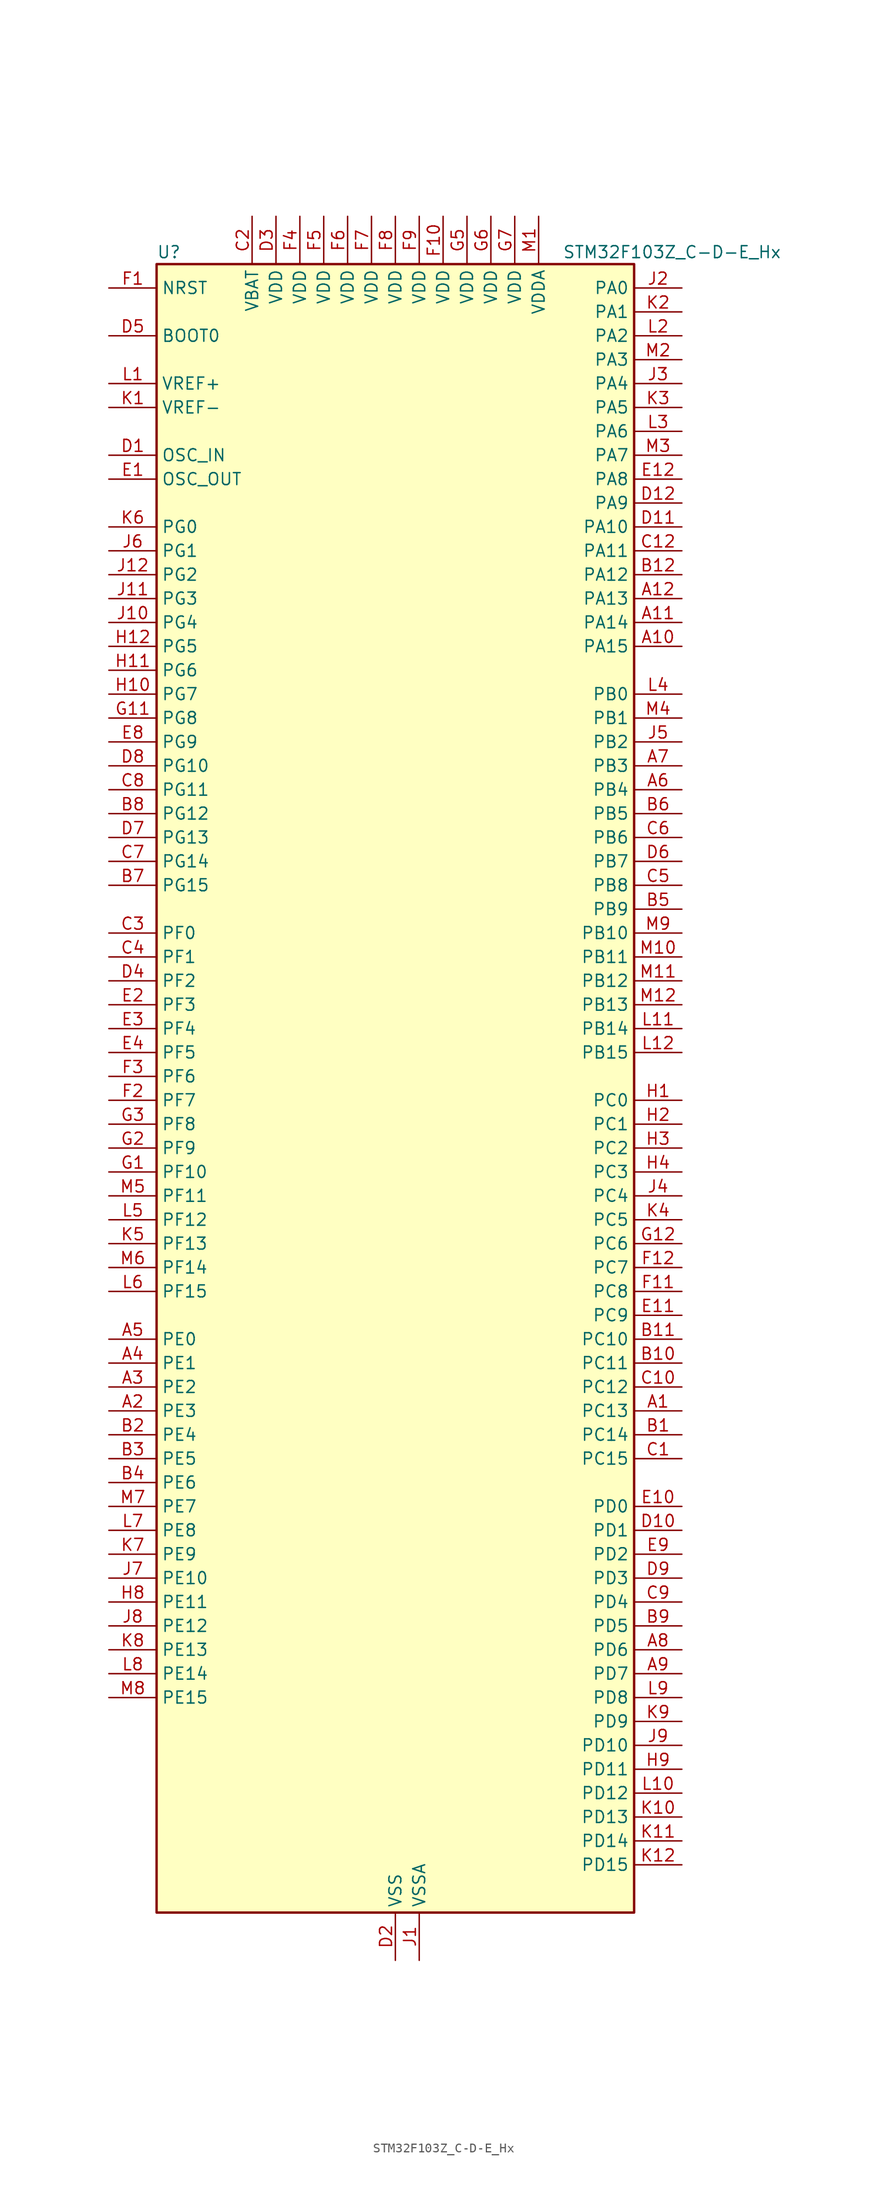
<source format=kicad_sym>
(kicad_symbol_lib
  (version 20220914)
  (generator kicad_symbol_editor)
  (symbol "STM32F103Z_C-D-E_Hx"
    (property "Reference" "U"
      (at -25.4 90.17 0)
      (effects (font (size 1.27 1.27)) (justify left)))
    (property "Value" "STM32F103Z_C-D-E_Hx"
      (at 17.78 90.17 0)
      (effects (font (size 1.27 1.27)) (justify left)))
    (property "ki_locked" ""
      (at 0 0 0)
      (effects (font (size 1.27 1.27))))
    (symbol "STM32F103Z_C-D-E_Hx_0_1"
      (rectangle (start -25.4 -86.36) (end 25.4 88.9) (stroke (width 0.254) (type default)) (fill (type background))))
    (symbol "STM32F103Z_C-D-E_Hx_1_1"
      (pin bidirectional line (at 30.48 -33.02 180) (length 5.08) (name "PC13" (effects (font (size 1.27 1.27)))) (number "A1" (effects (font (size 1.27 1.27)))) (alternate "RTC_OUT" bidirectional line) (alternate "RTC_TAMPER" bidirectional line))
      (pin bidirectional line (at 30.48 48.26 180) (length 5.08) (name "PA15" (effects (font (size 1.27 1.27)))) (number "A10" (effects (font (size 1.27 1.27)))) (alternate "ADC1_EXTI15" bidirectional line) (alternate "ADC2_EXTI15" bidirectional line) (alternate "I2S3_WS" bidirectional line) (alternate "SPI1_NSS" bidirectional line) (alternate "SPI3_NSS" bidirectional line) (alternate "SYS_JTDI" bidirectional line) (alternate "TIM2_CH1" bidirectional line) (alternate "TIM2_ETR" bidirectional line))
      (pin bidirectional line (at 30.48 50.8 180) (length 5.08) (name "PA14" (effects (font (size 1.27 1.27)))) (number "A11" (effects (font (size 1.27 1.27)))) (alternate "SYS_JTCK-SWCLK" bidirectional line))
      (pin bidirectional line (at 30.48 53.34 180) (length 5.08) (name "PA13" (effects (font (size 1.27 1.27)))) (number "A12" (effects (font (size 1.27 1.27)))) (alternate "SYS_JTMS-SWDIO" bidirectional line))
      (pin bidirectional line (at -30.48 -33.02 0) (length 5.08) (name "PE3" (effects (font (size 1.27 1.27)))) (number "A2" (effects (font (size 1.27 1.27)))) (alternate "FSMC_A19" bidirectional line) (alternate "SYS_TRACED0" bidirectional line))
      (pin bidirectional line (at -30.48 -30.48 0) (length 5.08) (name "PE2" (effects (font (size 1.27 1.27)))) (number "A3" (effects (font (size 1.27 1.27)))) (alternate "FSMC_A23" bidirectional line) (alternate "SYS_TRACECLK" bidirectional line))
      (pin bidirectional line (at -30.48 -27.94 0) (length 5.08) (name "PE1" (effects (font (size 1.27 1.27)))) (number "A4" (effects (font (size 1.27 1.27)))) (alternate "FSMC_NBL1" bidirectional line))
      (pin bidirectional line (at -30.48 -25.4 0) (length 5.08) (name "PE0" (effects (font (size 1.27 1.27)))) (number "A5" (effects (font (size 1.27 1.27)))) (alternate "FSMC_NBL0" bidirectional line) (alternate "TIM4_ETR" bidirectional line))
      (pin bidirectional line (at 30.48 33.02 180) (length 5.08) (name "PB4" (effects (font (size 1.27 1.27)))) (number "A6" (effects (font (size 1.27 1.27)))) (alternate "SPI1_MISO" bidirectional line) (alternate "SPI3_MISO" bidirectional line) (alternate "SYS_NJTRST" bidirectional line) (alternate "TIM3_CH1" bidirectional line))
      (pin bidirectional line (at 30.48 35.56 180) (length 5.08) (name "PB3" (effects (font (size 1.27 1.27)))) (number "A7" (effects (font (size 1.27 1.27)))) (alternate "I2S3_CK" bidirectional line) (alternate "SPI1_SCK" bidirectional line) (alternate "SPI3_SCK" bidirectional line) (alternate "SYS_JTDO-TRACESWO" bidirectional line) (alternate "TIM2_CH2" bidirectional line))
      (pin bidirectional line (at 30.48 -58.42 180) (length 5.08) (name "PD6" (effects (font (size 1.27 1.27)))) (number "A8" (effects (font (size 1.27 1.27)))) (alternate "FSMC_NWAIT" bidirectional line) (alternate "USART2_RX" bidirectional line))
      (pin bidirectional line (at 30.48 -60.96 180) (length 5.08) (name "PD7" (effects (font (size 1.27 1.27)))) (number "A9" (effects (font (size 1.27 1.27)))) (alternate "FSMC_NCE2" bidirectional line) (alternate "FSMC_NE1" bidirectional line) (alternate "USART2_CK" bidirectional line))
      (pin bidirectional line (at 30.48 -35.56 180) (length 5.08) (name "PC14" (effects (font (size 1.27 1.27)))) (number "B1" (effects (font (size 1.27 1.27)))) (alternate "RCC_OSC32_IN" bidirectional line))
      (pin bidirectional line (at 30.48 -27.94 180) (length 5.08) (name "PC11" (effects (font (size 1.27 1.27)))) (number "B10" (effects (font (size 1.27 1.27)))) (alternate "ADC1_EXTI11" bidirectional line) (alternate "ADC2_EXTI11" bidirectional line) (alternate "SDIO_D3" bidirectional line) (alternate "UART4_RX" bidirectional line) (alternate "USART3_RX" bidirectional line))
      (pin bidirectional line (at 30.48 -25.4 180) (length 5.08) (name "PC10" (effects (font (size 1.27 1.27)))) (number "B11" (effects (font (size 1.27 1.27)))) (alternate "SDIO_D2" bidirectional line) (alternate "UART4_TX" bidirectional line) (alternate "USART3_TX" bidirectional line))
      (pin bidirectional line (at 30.48 55.88 180) (length 5.08) (name "PA12" (effects (font (size 1.27 1.27)))) (number "B12" (effects (font (size 1.27 1.27)))) (alternate "CAN_TX" bidirectional line) (alternate "TIM1_ETR" bidirectional line) (alternate "USART1_RTS" bidirectional line) (alternate "USB_DP" bidirectional line))
      (pin bidirectional line (at -30.48 -35.56 0) (length 5.08) (name "PE4" (effects (font (size 1.27 1.27)))) (number "B2" (effects (font (size 1.27 1.27)))) (alternate "FSMC_A20" bidirectional line) (alternate "SYS_TRACED1" bidirectional line))
      (pin bidirectional line (at -30.48 -38.1 0) (length 5.08) (name "PE5" (effects (font (size 1.27 1.27)))) (number "B3" (effects (font (size 1.27 1.27)))) (alternate "FSMC_A21" bidirectional line) (alternate "SYS_TRACED2" bidirectional line))
      (pin bidirectional line (at -30.48 -40.64 0) (length 5.08) (name "PE6" (effects (font (size 1.27 1.27)))) (number "B4" (effects (font (size 1.27 1.27)))) (alternate "FSMC_A22" bidirectional line) (alternate "SYS_TRACED3" bidirectional line))
      (pin bidirectional line (at 30.48 20.32 180) (length 5.08) (name "PB9" (effects (font (size 1.27 1.27)))) (number "B5" (effects (font (size 1.27 1.27)))) (alternate "CAN_TX" bidirectional line) (alternate "DAC_EXTI9" bidirectional line) (alternate "I2C1_SDA" bidirectional line) (alternate "SDIO_D5" bidirectional line) (alternate "TIM4_CH4" bidirectional line))
      (pin bidirectional line (at 30.48 30.48 180) (length 5.08) (name "PB5" (effects (font (size 1.27 1.27)))) (number "B6" (effects (font (size 1.27 1.27)))) (alternate "I2C1_SMBA" bidirectional line) (alternate "I2S3_SD" bidirectional line) (alternate "SPI1_MOSI" bidirectional line) (alternate "SPI3_MOSI" bidirectional line) (alternate "TIM3_CH2" bidirectional line))
      (pin bidirectional line (at -30.48 22.86 0) (length 5.08) (name "PG15" (effects (font (size 1.27 1.27)))) (number "B7" (effects (font (size 1.27 1.27)))) (alternate "ADC1_EXTI15" bidirectional line) (alternate "ADC2_EXTI15" bidirectional line))
      (pin bidirectional line (at -30.48 30.48 0) (length 5.08) (name "PG12" (effects (font (size 1.27 1.27)))) (number "B8" (effects (font (size 1.27 1.27)))) (alternate "FSMC_NE4" bidirectional line))
      (pin bidirectional line (at 30.48 -55.88 180) (length 5.08) (name "PD5" (effects (font (size 1.27 1.27)))) (number "B9" (effects (font (size 1.27 1.27)))) (alternate "FSMC_NWE" bidirectional line) (alternate "USART2_TX" bidirectional line))
      (pin bidirectional line (at 30.48 -38.1 180) (length 5.08) (name "PC15" (effects (font (size 1.27 1.27)))) (number "C1" (effects (font (size 1.27 1.27)))) (alternate "ADC1_EXTI15" bidirectional line) (alternate "ADC2_EXTI15" bidirectional line) (alternate "RCC_OSC32_OUT" bidirectional line))
      (pin bidirectional line (at 30.48 -30.48 180) (length 5.08) (name "PC12" (effects (font (size 1.27 1.27)))) (number "C10" (effects (font (size 1.27 1.27)))) (alternate "SDIO_CK" bidirectional line) (alternate "UART5_TX" bidirectional line) (alternate "USART3_CK" bidirectional line))
      (pin no_connect line (at -25.4 -86.36 0) (length 5.08) hide (name "NC" (effects (font (size 1.27 1.27)))) (number "C11" (effects (font (size 1.27 1.27)))))
      (pin bidirectional line (at 30.48 58.42 180) (length 5.08) (name "PA11" (effects (font (size 1.27 1.27)))) (number "C12" (effects (font (size 1.27 1.27)))) (alternate "ADC1_EXTI11" bidirectional line) (alternate "ADC2_EXTI11" bidirectional line) (alternate "CAN_RX" bidirectional line) (alternate "TIM1_CH4" bidirectional line) (alternate "USART1_CTS" bidirectional line) (alternate "USB_DM" bidirectional line))
      (pin power_in line (at -15.24 93.98 270) (length 5.08) (name "VBAT" (effects (font (size 1.27 1.27)))) (number "C2" (effects (font (size 1.27 1.27)))))
      (pin bidirectional line (at -30.48 17.78 0) (length 5.08) (name "PF0" (effects (font (size 1.27 1.27)))) (number "C3" (effects (font (size 1.27 1.27)))) (alternate "FSMC_A0" bidirectional line))
      (pin bidirectional line (at -30.48 15.24 0) (length 5.08) (name "PF1" (effects (font (size 1.27 1.27)))) (number "C4" (effects (font (size 1.27 1.27)))) (alternate "FSMC_A1" bidirectional line))
      (pin bidirectional line (at 30.48 22.86 180) (length 5.08) (name "PB8" (effects (font (size 1.27 1.27)))) (number "C5" (effects (font (size 1.27 1.27)))) (alternate "CAN_RX" bidirectional line) (alternate "I2C1_SCL" bidirectional line) (alternate "SDIO_D4" bidirectional line) (alternate "TIM4_CH3" bidirectional line))
      (pin bidirectional line (at 30.48 27.94 180) (length 5.08) (name "PB6" (effects (font (size 1.27 1.27)))) (number "C6" (effects (font (size 1.27 1.27)))) (alternate "I2C1_SCL" bidirectional line) (alternate "TIM4_CH1" bidirectional line) (alternate "USART1_TX" bidirectional line))
      (pin bidirectional line (at -30.48 25.4 0) (length 5.08) (name "PG14" (effects (font (size 1.27 1.27)))) (number "C7" (effects (font (size 1.27 1.27)))) (alternate "FSMC_A25" bidirectional line))
      (pin bidirectional line (at -30.48 33.02 0) (length 5.08) (name "PG11" (effects (font (size 1.27 1.27)))) (number "C8" (effects (font (size 1.27 1.27)))) (alternate "ADC1_EXTI11" bidirectional line) (alternate "ADC2_EXTI11" bidirectional line) (alternate "FSMC_NCE4_2" bidirectional line))
      (pin bidirectional line (at 30.48 -53.34 180) (length 5.08) (name "PD4" (effects (font (size 1.27 1.27)))) (number "C9" (effects (font (size 1.27 1.27)))) (alternate "FSMC_NOE" bidirectional line) (alternate "USART2_RTS" bidirectional line))
      (pin input line (at -30.48 68.58 0) (length 5.08) (name "OSC_IN" (effects (font (size 1.27 1.27)))) (number "D1" (effects (font (size 1.27 1.27)))) (alternate "RCC_OSC_IN" bidirectional line))
      (pin bidirectional line (at 30.48 -45.72 180) (length 5.08) (name "PD1" (effects (font (size 1.27 1.27)))) (number "D10" (effects (font (size 1.27 1.27)))) (alternate "CAN_TX" bidirectional line) (alternate "FSMC_D3" bidirectional line) (alternate "FSMC_DA3" bidirectional line))
      (pin bidirectional line (at 30.48 60.96 180) (length 5.08) (name "PA10" (effects (font (size 1.27 1.27)))) (number "D11" (effects (font (size 1.27 1.27)))) (alternate "TIM1_CH3" bidirectional line) (alternate "USART1_RX" bidirectional line))
      (pin bidirectional line (at 30.48 63.5 180) (length 5.08) (name "PA9" (effects (font (size 1.27 1.27)))) (number "D12" (effects (font (size 1.27 1.27)))) (alternate "DAC_EXTI9" bidirectional line) (alternate "TIM1_CH2" bidirectional line) (alternate "USART1_TX" bidirectional line))
      (pin power_in line (at 0 -91.44 90) (length 5.08) (name "VSS" (effects (font (size 1.27 1.27)))) (number "D2" (effects (font (size 1.27 1.27)))))
      (pin power_in line (at -12.7 93.98 270) (length 5.08) (name "VDD" (effects (font (size 1.27 1.27)))) (number "D3" (effects (font (size 1.27 1.27)))))
      (pin bidirectional line (at -30.48 12.7 0) (length 5.08) (name "PF2" (effects (font (size 1.27 1.27)))) (number "D4" (effects (font (size 1.27 1.27)))) (alternate "FSMC_A2" bidirectional line))
      (pin input line (at -30.48 81.28 0) (length 5.08) (name "BOOT0" (effects (font (size 1.27 1.27)))) (number "D5" (effects (font (size 1.27 1.27)))))
      (pin bidirectional line (at 30.48 25.4 180) (length 5.08) (name "PB7" (effects (font (size 1.27 1.27)))) (number "D6" (effects (font (size 1.27 1.27)))) (alternate "FSMC_NL" bidirectional line) (alternate "I2C1_SDA" bidirectional line) (alternate "TIM4_CH2" bidirectional line) (alternate "USART1_RX" bidirectional line))
      (pin bidirectional line (at -30.48 27.94 0) (length 5.08) (name "PG13" (effects (font (size 1.27 1.27)))) (number "D7" (effects (font (size 1.27 1.27)))) (alternate "FSMC_A24" bidirectional line))
      (pin bidirectional line (at -30.48 35.56 0) (length 5.08) (name "PG10" (effects (font (size 1.27 1.27)))) (number "D8" (effects (font (size 1.27 1.27)))) (alternate "FSMC_NCE4_1" bidirectional line) (alternate "FSMC_NE3" bidirectional line))
      (pin bidirectional line (at 30.48 -50.8 180) (length 5.08) (name "PD3" (effects (font (size 1.27 1.27)))) (number "D9" (effects (font (size 1.27 1.27)))) (alternate "FSMC_CLK" bidirectional line) (alternate "USART2_CTS" bidirectional line))
      (pin input line (at -30.48 66.04 0) (length 5.08) (name "OSC_OUT" (effects (font (size 1.27 1.27)))) (number "E1" (effects (font (size 1.27 1.27)))) (alternate "RCC_OSC_OUT" bidirectional line))
      (pin bidirectional line (at 30.48 -43.18 180) (length 5.08) (name "PD0" (effects (font (size 1.27 1.27)))) (number "E10" (effects (font (size 1.27 1.27)))) (alternate "CAN_RX" bidirectional line) (alternate "FSMC_D2" bidirectional line) (alternate "FSMC_DA2" bidirectional line))
      (pin bidirectional line (at 30.48 -22.86 180) (length 5.08) (name "PC9" (effects (font (size 1.27 1.27)))) (number "E11" (effects (font (size 1.27 1.27)))) (alternate "DAC_EXTI9" bidirectional line) (alternate "SDIO_D1" bidirectional line) (alternate "TIM3_CH4" bidirectional line) (alternate "TIM8_CH4" bidirectional line))
      (pin bidirectional line (at 30.48 66.04 180) (length 5.08) (name "PA8" (effects (font (size 1.27 1.27)))) (number "E12" (effects (font (size 1.27 1.27)))) (alternate "RCC_MCO" bidirectional line) (alternate "TIM1_CH1" bidirectional line) (alternate "USART1_CK" bidirectional line))
      (pin bidirectional line (at -30.48 10.16 0) (length 5.08) (name "PF3" (effects (font (size 1.27 1.27)))) (number "E2" (effects (font (size 1.27 1.27)))) (alternate "FSMC_A3" bidirectional line))
      (pin bidirectional line (at -30.48 7.62 0) (length 5.08) (name "PF4" (effects (font (size 1.27 1.27)))) (number "E3" (effects (font (size 1.27 1.27)))) (alternate "FSMC_A4" bidirectional line))
      (pin bidirectional line (at -30.48 5.08 0) (length 5.08) (name "PF5" (effects (font (size 1.27 1.27)))) (number "E4" (effects (font (size 1.27 1.27)))) (alternate "FSMC_A5" bidirectional line))
      (pin passive line (at 0 -91.44 90) (length 5.08) hide (name "VSS" (effects (font (size 1.27 1.27)))) (number "E5" (effects (font (size 1.27 1.27)))))
      (pin passive line (at 0 -91.44 90) (length 5.08) hide (name "VSS" (effects (font (size 1.27 1.27)))) (number "E6" (effects (font (size 1.27 1.27)))))
      (pin passive line (at 0 -91.44 90) (length 5.08) hide (name "VSS" (effects (font (size 1.27 1.27)))) (number "E7" (effects (font (size 1.27 1.27)))))
      (pin bidirectional line (at -30.48 38.1 0) (length 5.08) (name "PG9" (effects (font (size 1.27 1.27)))) (number "E8" (effects (font (size 1.27 1.27)))) (alternate "DAC_EXTI9" bidirectional line) (alternate "FSMC_NCE3" bidirectional line) (alternate "FSMC_NE2" bidirectional line))
      (pin bidirectional line (at 30.48 -48.26 180) (length 5.08) (name "PD2" (effects (font (size 1.27 1.27)))) (number "E9" (effects (font (size 1.27 1.27)))) (alternate "SDIO_CMD" bidirectional line) (alternate "TIM3_ETR" bidirectional line) (alternate "UART5_RX" bidirectional line))
      (pin input line (at -30.48 86.36 0) (length 5.08) (name "NRST" (effects (font (size 1.27 1.27)))) (number "F1" (effects (font (size 1.27 1.27)))))
      (pin power_in line (at 5.08 93.98 270) (length 5.08) (name "VDD" (effects (font (size 1.27 1.27)))) (number "F10" (effects (font (size 1.27 1.27)))))
      (pin bidirectional line (at 30.48 -20.32 180) (length 5.08) (name "PC8" (effects (font (size 1.27 1.27)))) (number "F11" (effects (font (size 1.27 1.27)))) (alternate "SDIO_D0" bidirectional line) (alternate "TIM3_CH3" bidirectional line) (alternate "TIM8_CH3" bidirectional line))
      (pin bidirectional line (at 30.48 -17.78 180) (length 5.08) (name "PC7" (effects (font (size 1.27 1.27)))) (number "F12" (effects (font (size 1.27 1.27)))) (alternate "I2S3_MCK" bidirectional line) (alternate "SDIO_D7" bidirectional line) (alternate "TIM3_CH2" bidirectional line) (alternate "TIM8_CH2" bidirectional line))
      (pin bidirectional line (at -30.48 0 0) (length 5.08) (name "PF7" (effects (font (size 1.27 1.27)))) (number "F2" (effects (font (size 1.27 1.27)))) (alternate "ADC3_IN5" bidirectional line) (alternate "FSMC_NREG" bidirectional line))
      (pin bidirectional line (at -30.48 2.54 0) (length 5.08) (name "PF6" (effects (font (size 1.27 1.27)))) (number "F3" (effects (font (size 1.27 1.27)))) (alternate "ADC3_IN4" bidirectional line) (alternate "FSMC_NIORD" bidirectional line))
      (pin power_in line (at -10.16 93.98 270) (length 5.08) (name "VDD" (effects (font (size 1.27 1.27)))) (number "F4" (effects (font (size 1.27 1.27)))))
      (pin power_in line (at -7.62 93.98 270) (length 5.08) (name "VDD" (effects (font (size 1.27 1.27)))) (number "F5" (effects (font (size 1.27 1.27)))))
      (pin power_in line (at -5.08 93.98 270) (length 5.08) (name "VDD" (effects (font (size 1.27 1.27)))) (number "F6" (effects (font (size 1.27 1.27)))))
      (pin power_in line (at -2.54 93.98 270) (length 5.08) (name "VDD" (effects (font (size 1.27 1.27)))) (number "F7" (effects (font (size 1.27 1.27)))))
      (pin power_in line (at 0 93.98 270) (length 5.08) (name "VDD" (effects (font (size 1.27 1.27)))) (number "F8" (effects (font (size 1.27 1.27)))))
      (pin power_in line (at 2.54 93.98 270) (length 5.08) (name "VDD" (effects (font (size 1.27 1.27)))) (number "F9" (effects (font (size 1.27 1.27)))))
      (pin bidirectional line (at -30.48 -7.62 0) (length 5.08) (name "PF10" (effects (font (size 1.27 1.27)))) (number "G1" (effects (font (size 1.27 1.27)))) (alternate "ADC3_IN8" bidirectional line) (alternate "FSMC_INTR" bidirectional line))
      (pin passive line (at 0 -91.44 90) (length 5.08) hide (name "VSS" (effects (font (size 1.27 1.27)))) (number "G10" (effects (font (size 1.27 1.27)))))
      (pin bidirectional line (at -30.48 40.64 0) (length 5.08) (name "PG8" (effects (font (size 1.27 1.27)))) (number "G11" (effects (font (size 1.27 1.27)))))
      (pin bidirectional line (at 30.48 -15.24 180) (length 5.08) (name "PC6" (effects (font (size 1.27 1.27)))) (number "G12" (effects (font (size 1.27 1.27)))) (alternate "I2S2_MCK" bidirectional line) (alternate "SDIO_D6" bidirectional line) (alternate "TIM3_CH1" bidirectional line) (alternate "TIM8_CH1" bidirectional line))
      (pin bidirectional line (at -30.48 -5.08 0) (length 5.08) (name "PF9" (effects (font (size 1.27 1.27)))) (number "G2" (effects (font (size 1.27 1.27)))) (alternate "ADC3_IN7" bidirectional line) (alternate "DAC_EXTI9" bidirectional line) (alternate "FSMC_CD" bidirectional line))
      (pin bidirectional line (at -30.48 -2.54 0) (length 5.08) (name "PF8" (effects (font (size 1.27 1.27)))) (number "G3" (effects (font (size 1.27 1.27)))) (alternate "ADC3_IN6" bidirectional line) (alternate "FSMC_NIOWR" bidirectional line))
      (pin passive line (at 0 -91.44 90) (length 5.08) hide (name "VSS" (effects (font (size 1.27 1.27)))) (number "G4" (effects (font (size 1.27 1.27)))))
      (pin power_in line (at 7.62 93.98 270) (length 5.08) (name "VDD" (effects (font (size 1.27 1.27)))) (number "G5" (effects (font (size 1.27 1.27)))))
      (pin power_in line (at 10.16 93.98 270) (length 5.08) (name "VDD" (effects (font (size 1.27 1.27)))) (number "G6" (effects (font (size 1.27 1.27)))))
      (pin power_in line (at 12.7 93.98 270) (length 5.08) (name "VDD" (effects (font (size 1.27 1.27)))) (number "G7" (effects (font (size 1.27 1.27)))))
      (pin passive line (at 0 -91.44 90) (length 5.08) hide (name "VSS" (effects (font (size 1.27 1.27)))) (number "G8" (effects (font (size 1.27 1.27)))))
      (pin passive line (at 0 -91.44 90) (length 5.08) hide (name "VSS" (effects (font (size 1.27 1.27)))) (number "G9" (effects (font (size 1.27 1.27)))))
      (pin bidirectional line (at 30.48 0 180) (length 5.08) (name "PC0" (effects (font (size 1.27 1.27)))) (number "H1" (effects (font (size 1.27 1.27)))) (alternate "ADC1_IN10" bidirectional line) (alternate "ADC2_IN10" bidirectional line) (alternate "ADC3_IN10" bidirectional line))
      (pin bidirectional line (at -30.48 43.18 0) (length 5.08) (name "PG7" (effects (font (size 1.27 1.27)))) (number "H10" (effects (font (size 1.27 1.27)))) (alternate "FSMC_INT3" bidirectional line))
      (pin bidirectional line (at -30.48 45.72 0) (length 5.08) (name "PG6" (effects (font (size 1.27 1.27)))) (number "H11" (effects (font (size 1.27 1.27)))) (alternate "FSMC_INT2" bidirectional line))
      (pin bidirectional line (at -30.48 48.26 0) (length 5.08) (name "PG5" (effects (font (size 1.27 1.27)))) (number "H12" (effects (font (size 1.27 1.27)))) (alternate "FSMC_A15" bidirectional line))
      (pin bidirectional line (at 30.48 -2.54 180) (length 5.08) (name "PC1" (effects (font (size 1.27 1.27)))) (number "H2" (effects (font (size 1.27 1.27)))) (alternate "ADC1_IN11" bidirectional line) (alternate "ADC2_IN11" bidirectional line) (alternate "ADC3_IN11" bidirectional line))
      (pin bidirectional line (at 30.48 -5.08 180) (length 5.08) (name "PC2" (effects (font (size 1.27 1.27)))) (number "H3" (effects (font (size 1.27 1.27)))) (alternate "ADC1_IN12" bidirectional line) (alternate "ADC2_IN12" bidirectional line) (alternate "ADC3_IN12" bidirectional line))
      (pin bidirectional line (at 30.48 -7.62 180) (length 5.08) (name "PC3" (effects (font (size 1.27 1.27)))) (number "H4" (effects (font (size 1.27 1.27)))) (alternate "ADC1_IN13" bidirectional line) (alternate "ADC2_IN13" bidirectional line) (alternate "ADC3_IN13" bidirectional line))
      (pin passive line (at 0 -91.44 90) (length 5.08) hide (name "VSS" (effects (font (size 1.27 1.27)))) (number "H5" (effects (font (size 1.27 1.27)))))
      (pin passive line (at 0 -91.44 90) (length 5.08) hide (name "VSS" (effects (font (size 1.27 1.27)))) (number "H6" (effects (font (size 1.27 1.27)))))
      (pin passive line (at 0 -91.44 90) (length 5.08) hide (name "VSS" (effects (font (size 1.27 1.27)))) (number "H7" (effects (font (size 1.27 1.27)))))
      (pin bidirectional line (at -30.48 -53.34 0) (length 5.08) (name "PE11" (effects (font (size 1.27 1.27)))) (number "H8" (effects (font (size 1.27 1.27)))) (alternate "ADC1_EXTI11" bidirectional line) (alternate "ADC2_EXTI11" bidirectional line) (alternate "FSMC_D8" bidirectional line) (alternate "FSMC_DA8" bidirectional line) (alternate "TIM1_CH2" bidirectional line))
      (pin bidirectional line (at 30.48 -71.12 180) (length 5.08) (name "PD11" (effects (font (size 1.27 1.27)))) (number "H9" (effects (font (size 1.27 1.27)))) (alternate "ADC1_EXTI11" bidirectional line) (alternate "ADC2_EXTI11" bidirectional line) (alternate "FSMC_A16" bidirectional line) (alternate "FSMC_CLE" bidirectional line) (alternate "USART3_CTS" bidirectional line))
      (pin power_in line (at 2.54 -91.44 90) (length 5.08) (name "VSSA" (effects (font (size 1.27 1.27)))) (number "J1" (effects (font (size 1.27 1.27)))))
      (pin bidirectional line (at -30.48 50.8 0) (length 5.08) (name "PG4" (effects (font (size 1.27 1.27)))) (number "J10" (effects (font (size 1.27 1.27)))) (alternate "FSMC_A14" bidirectional line))
      (pin bidirectional line (at -30.48 53.34 0) (length 5.08) (name "PG3" (effects (font (size 1.27 1.27)))) (number "J11" (effects (font (size 1.27 1.27)))) (alternate "FSMC_A13" bidirectional line))
      (pin bidirectional line (at -30.48 55.88 0) (length 5.08) (name "PG2" (effects (font (size 1.27 1.27)))) (number "J12" (effects (font (size 1.27 1.27)))) (alternate "FSMC_A12" bidirectional line))
      (pin bidirectional line (at 30.48 86.36 180) (length 5.08) (name "PA0" (effects (font (size 1.27 1.27)))) (number "J2" (effects (font (size 1.27 1.27)))) (alternate "ADC1_IN0" bidirectional line) (alternate "ADC2_IN0" bidirectional line) (alternate "ADC3_IN0" bidirectional line) (alternate "SYS_WKUP" bidirectional line) (alternate "TIM2_CH1" bidirectional line) (alternate "TIM2_ETR" bidirectional line) (alternate "TIM5_CH1" bidirectional line) (alternate "TIM8_ETR" bidirectional line) (alternate "USART2_CTS" bidirectional line))
      (pin bidirectional line (at 30.48 76.2 180) (length 5.08) (name "PA4" (effects (font (size 1.27 1.27)))) (number "J3" (effects (font (size 1.27 1.27)))) (alternate "ADC1_IN4" bidirectional line) (alternate "ADC2_IN4" bidirectional line) (alternate "DAC_OUT1" bidirectional line) (alternate "SPI1_NSS" bidirectional line) (alternate "USART2_CK" bidirectional line))
      (pin bidirectional line (at 30.48 -10.16 180) (length 5.08) (name "PC4" (effects (font (size 1.27 1.27)))) (number "J4" (effects (font (size 1.27 1.27)))) (alternate "ADC1_IN14" bidirectional line) (alternate "ADC2_IN14" bidirectional line))
      (pin bidirectional line (at 30.48 38.1 180) (length 5.08) (name "PB2" (effects (font (size 1.27 1.27)))) (number "J5" (effects (font (size 1.27 1.27)))))
      (pin bidirectional line (at -30.48 58.42 0) (length 5.08) (name "PG1" (effects (font (size 1.27 1.27)))) (number "J6" (effects (font (size 1.27 1.27)))) (alternate "FSMC_A11" bidirectional line))
      (pin bidirectional line (at -30.48 -50.8 0) (length 5.08) (name "PE10" (effects (font (size 1.27 1.27)))) (number "J7" (effects (font (size 1.27 1.27)))) (alternate "FSMC_D7" bidirectional line) (alternate "FSMC_DA7" bidirectional line) (alternate "TIM1_CH2N" bidirectional line))
      (pin bidirectional line (at -30.48 -55.88 0) (length 5.08) (name "PE12" (effects (font (size 1.27 1.27)))) (number "J8" (effects (font (size 1.27 1.27)))) (alternate "FSMC_D9" bidirectional line) (alternate "FSMC_DA9" bidirectional line) (alternate "TIM1_CH3N" bidirectional line))
      (pin bidirectional line (at 30.48 -68.58 180) (length 5.08) (name "PD10" (effects (font (size 1.27 1.27)))) (number "J9" (effects (font (size 1.27 1.27)))) (alternate "FSMC_D15" bidirectional line) (alternate "FSMC_DA15" bidirectional line) (alternate "USART3_CK" bidirectional line))
      (pin input line (at -30.48 73.66 0) (length 5.08) (name "VREF-" (effects (font (size 1.27 1.27)))) (number "K1" (effects (font (size 1.27 1.27)))))
      (pin bidirectional line (at 30.48 -76.2 180) (length 5.08) (name "PD13" (effects (font (size 1.27 1.27)))) (number "K10" (effects (font (size 1.27 1.27)))) (alternate "FSMC_A18" bidirectional line) (alternate "TIM4_CH2" bidirectional line))
      (pin bidirectional line (at 30.48 -78.74 180) (length 5.08) (name "PD14" (effects (font (size 1.27 1.27)))) (number "K11" (effects (font (size 1.27 1.27)))) (alternate "FSMC_D0" bidirectional line) (alternate "FSMC_DA0" bidirectional line) (alternate "TIM4_CH3" bidirectional line))
      (pin bidirectional line (at 30.48 -81.28 180) (length 5.08) (name "PD15" (effects (font (size 1.27 1.27)))) (number "K12" (effects (font (size 1.27 1.27)))) (alternate "ADC1_EXTI15" bidirectional line) (alternate "ADC2_EXTI15" bidirectional line) (alternate "FSMC_D1" bidirectional line) (alternate "FSMC_DA1" bidirectional line) (alternate "TIM4_CH4" bidirectional line))
      (pin bidirectional line (at 30.48 83.82 180) (length 5.08) (name "PA1" (effects (font (size 1.27 1.27)))) (number "K2" (effects (font (size 1.27 1.27)))) (alternate "ADC1_IN1" bidirectional line) (alternate "ADC2_IN1" bidirectional line) (alternate "ADC3_IN1" bidirectional line) (alternate "TIM2_CH2" bidirectional line) (alternate "TIM5_CH2" bidirectional line) (alternate "USART2_RTS" bidirectional line))
      (pin bidirectional line (at 30.48 73.66 180) (length 5.08) (name "PA5" (effects (font (size 1.27 1.27)))) (number "K3" (effects (font (size 1.27 1.27)))) (alternate "ADC1_IN5" bidirectional line) (alternate "ADC2_IN5" bidirectional line) (alternate "DAC_OUT2" bidirectional line) (alternate "SPI1_SCK" bidirectional line))
      (pin bidirectional line (at 30.48 -12.7 180) (length 5.08) (name "PC5" (effects (font (size 1.27 1.27)))) (number "K4" (effects (font (size 1.27 1.27)))) (alternate "ADC1_IN15" bidirectional line) (alternate "ADC2_IN15" bidirectional line))
      (pin bidirectional line (at -30.48 -15.24 0) (length 5.08) (name "PF13" (effects (font (size 1.27 1.27)))) (number "K5" (effects (font (size 1.27 1.27)))) (alternate "FSMC_A7" bidirectional line))
      (pin bidirectional line (at -30.48 60.96 0) (length 5.08) (name "PG0" (effects (font (size 1.27 1.27)))) (number "K6" (effects (font (size 1.27 1.27)))) (alternate "FSMC_A10" bidirectional line))
      (pin bidirectional line (at -30.48 -48.26 0) (length 5.08) (name "PE9" (effects (font (size 1.27 1.27)))) (number "K7" (effects (font (size 1.27 1.27)))) (alternate "DAC_EXTI9" bidirectional line) (alternate "FSMC_D6" bidirectional line) (alternate "FSMC_DA6" bidirectional line) (alternate "TIM1_CH1" bidirectional line))
      (pin bidirectional line (at -30.48 -58.42 0) (length 5.08) (name "PE13" (effects (font (size 1.27 1.27)))) (number "K8" (effects (font (size 1.27 1.27)))) (alternate "FSMC_D10" bidirectional line) (alternate "FSMC_DA10" bidirectional line) (alternate "TIM1_CH3" bidirectional line))
      (pin bidirectional line (at 30.48 -66.04 180) (length 5.08) (name "PD9" (effects (font (size 1.27 1.27)))) (number "K9" (effects (font (size 1.27 1.27)))) (alternate "DAC_EXTI9" bidirectional line) (alternate "FSMC_D14" bidirectional line) (alternate "FSMC_DA14" bidirectional line) (alternate "USART3_RX" bidirectional line))
      (pin input line (at -30.48 76.2 0) (length 5.08) (name "VREF+" (effects (font (size 1.27 1.27)))) (number "L1" (effects (font (size 1.27 1.27)))))
      (pin bidirectional line (at 30.48 -73.66 180) (length 5.08) (name "PD12" (effects (font (size 1.27 1.27)))) (number "L10" (effects (font (size 1.27 1.27)))) (alternate "FSMC_A17" bidirectional line) (alternate "FSMC_ALE" bidirectional line) (alternate "TIM4_CH1" bidirectional line) (alternate "USART3_RTS" bidirectional line))
      (pin bidirectional line (at 30.48 7.62 180) (length 5.08) (name "PB14" (effects (font (size 1.27 1.27)))) (number "L11" (effects (font (size 1.27 1.27)))) (alternate "SPI2_MISO" bidirectional line) (alternate "TIM1_CH2N" bidirectional line) (alternate "USART3_RTS" bidirectional line))
      (pin bidirectional line (at 30.48 5.08 180) (length 5.08) (name "PB15" (effects (font (size 1.27 1.27)))) (number "L12" (effects (font (size 1.27 1.27)))) (alternate "ADC1_EXTI15" bidirectional line) (alternate "ADC2_EXTI15" bidirectional line) (alternate "I2S2_SD" bidirectional line) (alternate "SPI2_MOSI" bidirectional line) (alternate "TIM1_CH3N" bidirectional line))
      (pin bidirectional line (at 30.48 81.28 180) (length 5.08) (name "PA2" (effects (font (size 1.27 1.27)))) (number "L2" (effects (font (size 1.27 1.27)))) (alternate "ADC1_IN2" bidirectional line) (alternate "ADC2_IN2" bidirectional line) (alternate "ADC3_IN2" bidirectional line) (alternate "TIM2_CH3" bidirectional line) (alternate "TIM5_CH3" bidirectional line) (alternate "USART2_TX" bidirectional line))
      (pin bidirectional line (at 30.48 71.12 180) (length 5.08) (name "PA6" (effects (font (size 1.27 1.27)))) (number "L3" (effects (font (size 1.27 1.27)))) (alternate "ADC1_IN6" bidirectional line) (alternate "ADC2_IN6" bidirectional line) (alternate "SPI1_MISO" bidirectional line) (alternate "TIM1_BKIN" bidirectional line) (alternate "TIM3_CH1" bidirectional line) (alternate "TIM8_BKIN" bidirectional line))
      (pin bidirectional line (at 30.48 43.18 180) (length 5.08) (name "PB0" (effects (font (size 1.27 1.27)))) (number "L4" (effects (font (size 1.27 1.27)))) (alternate "ADC1_IN8" bidirectional line) (alternate "ADC2_IN8" bidirectional line) (alternate "TIM1_CH2N" bidirectional line) (alternate "TIM3_CH3" bidirectional line) (alternate "TIM8_CH2N" bidirectional line))
      (pin bidirectional line (at -30.48 -12.7 0) (length 5.08) (name "PF12" (effects (font (size 1.27 1.27)))) (number "L5" (effects (font (size 1.27 1.27)))) (alternate "FSMC_A6" bidirectional line))
      (pin bidirectional line (at -30.48 -20.32 0) (length 5.08) (name "PF15" (effects (font (size 1.27 1.27)))) (number "L6" (effects (font (size 1.27 1.27)))) (alternate "ADC1_EXTI15" bidirectional line) (alternate "ADC2_EXTI15" bidirectional line) (alternate "FSMC_A9" bidirectional line))
      (pin bidirectional line (at -30.48 -45.72 0) (length 5.08) (name "PE8" (effects (font (size 1.27 1.27)))) (number "L7" (effects (font (size 1.27 1.27)))) (alternate "FSMC_D5" bidirectional line) (alternate "FSMC_DA5" bidirectional line) (alternate "TIM1_CH1N" bidirectional line))
      (pin bidirectional line (at -30.48 -60.96 0) (length 5.08) (name "PE14" (effects (font (size 1.27 1.27)))) (number "L8" (effects (font (size 1.27 1.27)))) (alternate "FSMC_D11" bidirectional line) (alternate "FSMC_DA11" bidirectional line) (alternate "TIM1_CH4" bidirectional line))
      (pin bidirectional line (at 30.48 -63.5 180) (length 5.08) (name "PD8" (effects (font (size 1.27 1.27)))) (number "L9" (effects (font (size 1.27 1.27)))) (alternate "FSMC_D13" bidirectional line) (alternate "FSMC_DA13" bidirectional line) (alternate "USART3_TX" bidirectional line))
      (pin power_in line (at 15.24 93.98 270) (length 5.08) (name "VDDA" (effects (font (size 1.27 1.27)))) (number "M1" (effects (font (size 1.27 1.27)))))
      (pin bidirectional line (at 30.48 15.24 180) (length 5.08) (name "PB11" (effects (font (size 1.27 1.27)))) (number "M10" (effects (font (size 1.27 1.27)))) (alternate "ADC1_EXTI11" bidirectional line) (alternate "ADC2_EXTI11" bidirectional line) (alternate "I2C2_SDA" bidirectional line) (alternate "TIM2_CH4" bidirectional line) (alternate "USART3_RX" bidirectional line))
      (pin bidirectional line (at 30.48 12.7 180) (length 5.08) (name "PB12" (effects (font (size 1.27 1.27)))) (number "M11" (effects (font (size 1.27 1.27)))) (alternate "I2C2_SMBA" bidirectional line) (alternate "I2S2_WS" bidirectional line) (alternate "SPI2_NSS" bidirectional line) (alternate "TIM1_BKIN" bidirectional line) (alternate "USART3_CK" bidirectional line))
      (pin bidirectional line (at 30.48 10.16 180) (length 5.08) (name "PB13" (effects (font (size 1.27 1.27)))) (number "M12" (effects (font (size 1.27 1.27)))) (alternate "I2S2_CK" bidirectional line) (alternate "SPI2_SCK" bidirectional line) (alternate "TIM1_CH1N" bidirectional line) (alternate "USART3_CTS" bidirectional line))
      (pin bidirectional line (at 30.48 78.74 180) (length 5.08) (name "PA3" (effects (font (size 1.27 1.27)))) (number "M2" (effects (font (size 1.27 1.27)))) (alternate "ADC1_IN3" bidirectional line) (alternate "ADC2_IN3" bidirectional line) (alternate "ADC3_IN3" bidirectional line) (alternate "TIM2_CH4" bidirectional line) (alternate "TIM5_CH4" bidirectional line) (alternate "USART2_RX" bidirectional line))
      (pin bidirectional line (at 30.48 68.58 180) (length 5.08) (name "PA7" (effects (font (size 1.27 1.27)))) (number "M3" (effects (font (size 1.27 1.27)))) (alternate "ADC1_IN7" bidirectional line) (alternate "ADC2_IN7" bidirectional line) (alternate "SPI1_MOSI" bidirectional line) (alternate "TIM1_CH1N" bidirectional line) (alternate "TIM3_CH2" bidirectional line) (alternate "TIM8_CH1N" bidirectional line))
      (pin bidirectional line (at 30.48 40.64 180) (length 5.08) (name "PB1" (effects (font (size 1.27 1.27)))) (number "M4" (effects (font (size 1.27 1.27)))) (alternate "ADC1_IN9" bidirectional line) (alternate "ADC2_IN9" bidirectional line) (alternate "TIM1_CH3N" bidirectional line) (alternate "TIM3_CH4" bidirectional line) (alternate "TIM8_CH3N" bidirectional line))
      (pin bidirectional line (at -30.48 -10.16 0) (length 5.08) (name "PF11" (effects (font (size 1.27 1.27)))) (number "M5" (effects (font (size 1.27 1.27)))) (alternate "ADC1_EXTI11" bidirectional line) (alternate "ADC2_EXTI11" bidirectional line) (alternate "FSMC_NIOS16" bidirectional line))
      (pin bidirectional line (at -30.48 -17.78 0) (length 5.08) (name "PF14" (effects (font (size 1.27 1.27)))) (number "M6" (effects (font (size 1.27 1.27)))) (alternate "FSMC_A8" bidirectional line))
      (pin bidirectional line (at -30.48 -43.18 0) (length 5.08) (name "PE7" (effects (font (size 1.27 1.27)))) (number "M7" (effects (font (size 1.27 1.27)))) (alternate "FSMC_D4" bidirectional line) (alternate "FSMC_DA4" bidirectional line) (alternate "TIM1_ETR" bidirectional line))
      (pin bidirectional line (at -30.48 -63.5 0) (length 5.08) (name "PE15" (effects (font (size 1.27 1.27)))) (number "M8" (effects (font (size 1.27 1.27)))) (alternate "ADC1_EXTI15" bidirectional line) (alternate "ADC2_EXTI15" bidirectional line) (alternate "FSMC_D12" bidirectional line) (alternate "FSMC_DA12" bidirectional line) (alternate "TIM1_BKIN" bidirectional line))
      (pin bidirectional line (at 30.48 17.78 180) (length 5.08) (name "PB10" (effects (font (size 1.27 1.27)))) (number "M9" (effects (font (size 1.27 1.27)))) (alternate "I2C2_SCL" bidirectional line) (alternate "TIM2_CH3" bidirectional line) (alternate "USART3_TX" bidirectional line)))))
</source>
